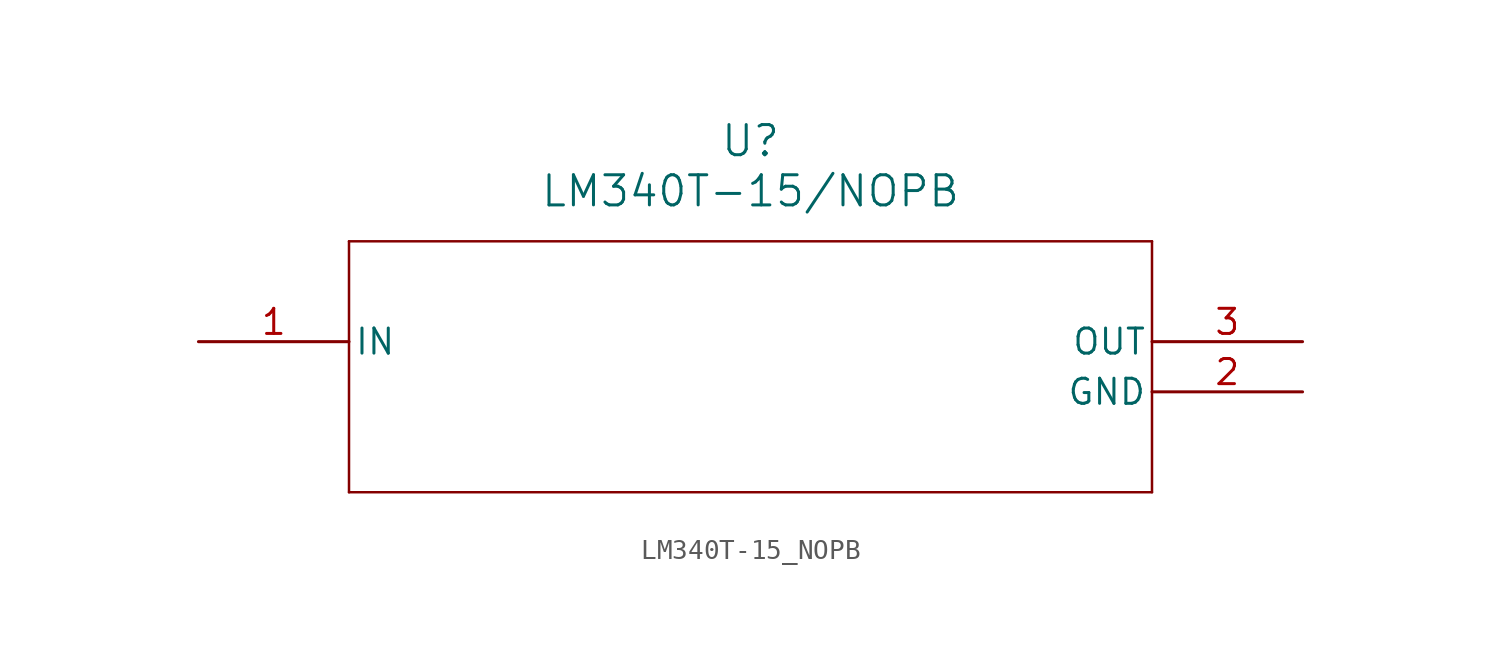
<source format=kicad_sym>
(kicad_symbol_lib
  (version 20211014)
  (generator kicad_symbol_editor)
  (symbol "LM340T-15_NOPB"
    (pin_names
      (offset 0.254))
    (property "Reference" "U"
      (at 27.94 10.16 0)
      (effects (font (size 1.524 1.524))))
    (property "Value" "LM340T-15/NOPB"
      (at 27.94 7.62 0)
      (effects (font (size 1.524 1.524))))
    (symbol "LM340T-15_NOPB_0_1"
      (polyline (pts (xy 7.62 5.08) (xy 7.62 -7.62)) (stroke (width 0.127) (type default) (color 0 0 0 0)) (fill (type none)))
      (polyline (pts (xy 7.62 -7.62) (xy 48.26 -7.62)) (stroke (width 0.127) (type default) (color 0 0 0 0)) (fill (type none)))
      (polyline (pts (xy 48.26 -7.62) (xy 48.26 5.08)) (stroke (width 0.127) (type default) (color 0 0 0 0)) (fill (type none)))
      (polyline (pts (xy 48.26 5.08) (xy 7.62 5.08)) (stroke (width 0.127) (type default) (color 0 0 0 0)) (fill (type none)))
      (pin power_in line (at 0 0 0) (length 7.62) (name "IN" (effects (font (size 1.27 1.27)))) (number "1" (effects (font (size 1.27 1.27)))))
      (pin power_in line (at 55.88 -2.54 180) (length 7.62) (name "GND" (effects (font (size 1.27 1.27)))) (number "2" (effects (font (size 1.27 1.27)))))
      (pin power_in line (at 55.88 0 180) (length 7.62) (name "OUT" (effects (font (size 1.27 1.27)))) (number "3" (effects (font (size 1.27 1.27))))))))
</source>
